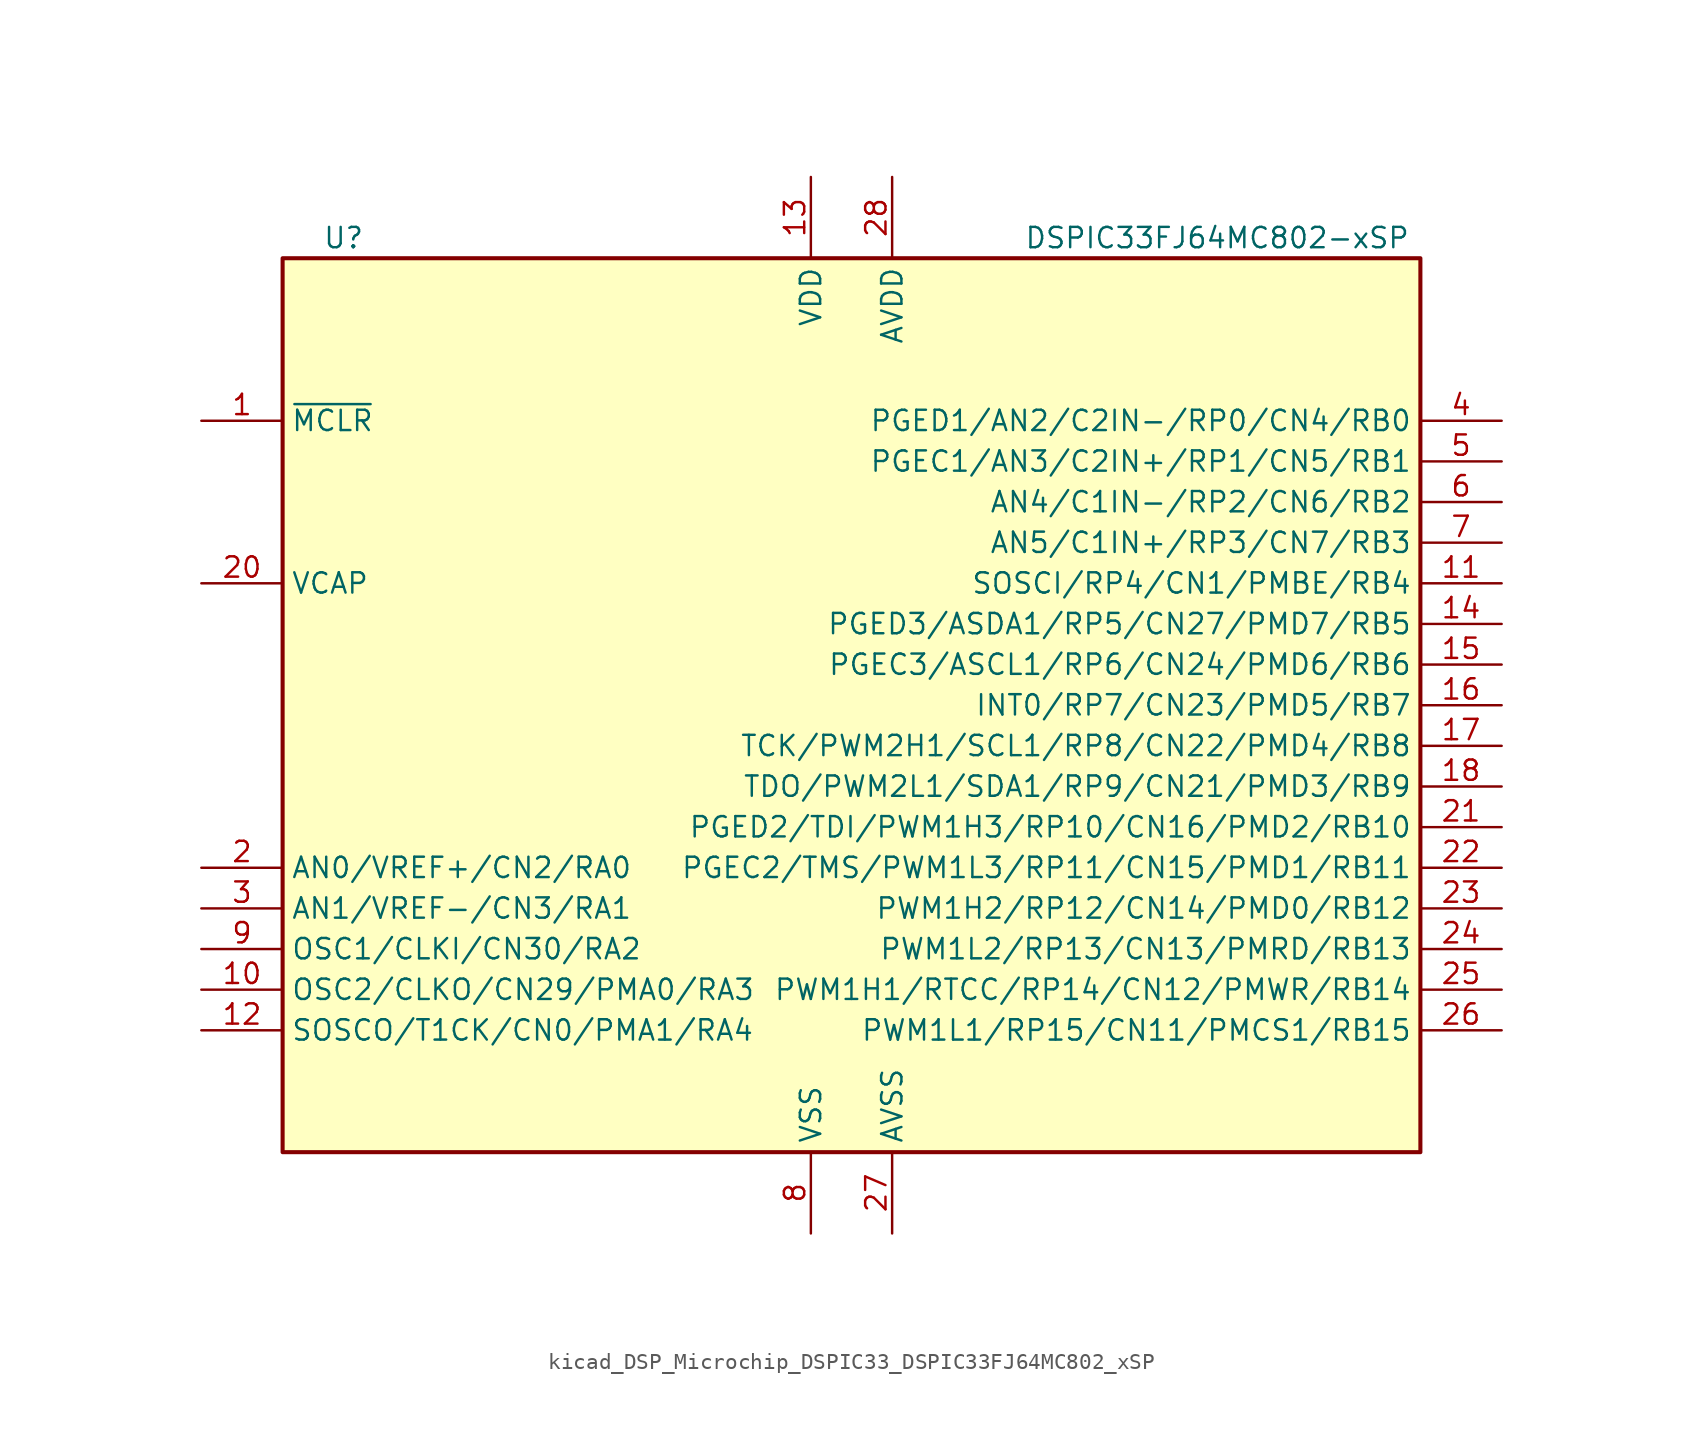
<source format=kicad_sym>
(kicad_symbol_lib
  (version 20220914)
  (generator kicad_symbol_editor)
  (symbol "kicad_DSP_Microchip_DSPIC33_DSPIC33FJ64MC802_xSP"
    (property "Reference" "U"
      (at -31.75 29.21 0)
      (effects (font (size 1.27 1.27))))
    (property "Value" "DSPIC33FJ64MC802-xSP"
      (at 22.86 29.21 0)
      (effects (font (size 1.27 1.27))))
    (symbol "kicad_DSP_Microchip_DSPIC33_DSPIC33FJ64MC802_xSP_0_1"
      (rectangle (start -35.56 27.94) (end 35.56 -27.94) (stroke (width 0.254) (type default)) (fill (type background))))
    (symbol "kicad_DSP_Microchip_DSPIC33_DSPIC33FJ64MC802_xSP_1_1"
      (pin input line (at -40.64 17.78 0) (length 5.08) (name "~{MCLR}" (effects (font (size 1.27 1.27)))) (number "1" (effects (font (size 1.27 1.27)))))
      (pin bidirectional line (at -40.64 -17.78 0) (length 5.08) (name "OSC2/CLKO/CN29/PMA0/RA3" (effects (font (size 1.27 1.27)))) (number "10" (effects (font (size 1.27 1.27)))))
      (pin bidirectional line (at 40.64 7.62 180) (length 5.08) (name "SOSCI/RP4/CN1/PMBE/RB4" (effects (font (size 1.27 1.27)))) (number "11" (effects (font (size 1.27 1.27)))))
      (pin bidirectional line (at -40.64 -20.32 0) (length 5.08) (name "SOSCO/T1CK/CN0/PMA1/RA4" (effects (font (size 1.27 1.27)))) (number "12" (effects (font (size 1.27 1.27)))))
      (pin power_in line (at -2.54 33.02 270) (length 5.08) (name "VDD" (effects (font (size 1.27 1.27)))) (number "13" (effects (font (size 1.27 1.27)))))
      (pin bidirectional line (at 40.64 5.08 180) (length 5.08) (name "PGED3/ASDA1/RP5/CN27/PMD7/RB5" (effects (font (size 1.27 1.27)))) (number "14" (effects (font (size 1.27 1.27)))))
      (pin bidirectional line (at 40.64 2.54 180) (length 5.08) (name "PGEC3/ASCL1/RP6/CN24/PMD6/RB6" (effects (font (size 1.27 1.27)))) (number "15" (effects (font (size 1.27 1.27)))))
      (pin bidirectional line (at 40.64 0 180) (length 5.08) (name "INT0/RP7/CN23/PMD5/RB7" (effects (font (size 1.27 1.27)))) (number "16" (effects (font (size 1.27 1.27)))))
      (pin bidirectional line (at 40.64 -2.54 180) (length 5.08) (name "TCK/PWM2H1/SCL1/RP8/CN22/PMD4/RB8" (effects (font (size 1.27 1.27)))) (number "17" (effects (font (size 1.27 1.27)))))
      (pin bidirectional line (at 40.64 -5.08 180) (length 5.08) (name "TDO/PWM2L1/SDA1/RP9/CN21/PMD3/RB9" (effects (font (size 1.27 1.27)))) (number "18" (effects (font (size 1.27 1.27)))))
      (pin passive line (at -2.54 -33.02 90) (length 5.08) hide (name "VSS" (effects (font (size 1.27 1.27)))) (number "19" (effects (font (size 1.27 1.27)))))
      (pin bidirectional line (at -40.64 -10.16 0) (length 5.08) (name "AN0/VREF+/CN2/RA0" (effects (font (size 1.27 1.27)))) (number "2" (effects (font (size 1.27 1.27)))))
      (pin passive line (at -40.64 7.62 0) (length 5.08) (name "VCAP" (effects (font (size 1.27 1.27)))) (number "20" (effects (font (size 1.27 1.27)))))
      (pin bidirectional line (at 40.64 -7.62 180) (length 5.08) (name "PGED2/TDI/PWM1H3/RP10/CN16/PMD2/RB10" (effects (font (size 1.27 1.27)))) (number "21" (effects (font (size 1.27 1.27)))))
      (pin bidirectional line (at 40.64 -10.16 180) (length 5.08) (name "PGEC2/TMS/PWM1L3/RP11/CN15/PMD1/RB11" (effects (font (size 1.27 1.27)))) (number "22" (effects (font (size 1.27 1.27)))))
      (pin bidirectional line (at 40.64 -12.7 180) (length 5.08) (name "PWM1H2/RP12/CN14/PMD0/RB12" (effects (font (size 1.27 1.27)))) (number "23" (effects (font (size 1.27 1.27)))))
      (pin bidirectional line (at 40.64 -15.24 180) (length 5.08) (name "PWM1L2/RP13/CN13/PMRD/RB13" (effects (font (size 1.27 1.27)))) (number "24" (effects (font (size 1.27 1.27)))))
      (pin bidirectional line (at 40.64 -17.78 180) (length 5.08) (name "PWM1H1/RTCC/RP14/CN12/PMWR/RB14" (effects (font (size 1.27 1.27)))) (number "25" (effects (font (size 1.27 1.27)))))
      (pin bidirectional line (at 40.64 -20.32 180) (length 5.08) (name "PWM1L1/RP15/CN11/PMCS1/RB15" (effects (font (size 1.27 1.27)))) (number "26" (effects (font (size 1.27 1.27)))))
      (pin power_in line (at 2.54 -33.02 90) (length 5.08) (name "AVSS" (effects (font (size 1.27 1.27)))) (number "27" (effects (font (size 1.27 1.27)))))
      (pin power_in line (at 2.54 33.02 270) (length 5.08) (name "AVDD" (effects (font (size 1.27 1.27)))) (number "28" (effects (font (size 1.27 1.27)))))
      (pin bidirectional line (at -40.64 -12.7 0) (length 5.08) (name "AN1/VREF-/CN3/RA1" (effects (font (size 1.27 1.27)))) (number "3" (effects (font (size 1.27 1.27)))))
      (pin bidirectional line (at 40.64 17.78 180) (length 5.08) (name "PGED1/AN2/C2IN-/RP0/CN4/RB0" (effects (font (size 1.27 1.27)))) (number "4" (effects (font (size 1.27 1.27)))))
      (pin bidirectional line (at 40.64 15.24 180) (length 5.08) (name "PGEC1/AN3/C2IN+/RP1/CN5/RB1" (effects (font (size 1.27 1.27)))) (number "5" (effects (font (size 1.27 1.27)))))
      (pin bidirectional line (at 40.64 12.7 180) (length 5.08) (name "AN4/C1IN-/RP2/CN6/RB2" (effects (font (size 1.27 1.27)))) (number "6" (effects (font (size 1.27 1.27)))))
      (pin bidirectional line (at 40.64 10.16 180) (length 5.08) (name "AN5/C1IN+/RP3/CN7/RB3" (effects (font (size 1.27 1.27)))) (number "7" (effects (font (size 1.27 1.27)))))
      (pin power_in line (at -2.54 -33.02 90) (length 5.08) (name "VSS" (effects (font (size 1.27 1.27)))) (number "8" (effects (font (size 1.27 1.27)))))
      (pin bidirectional line (at -40.64 -15.24 0) (length 5.08) (name "OSC1/CLKI/CN30/RA2" (effects (font (size 1.27 1.27)))) (number "9" (effects (font (size 1.27 1.27))))))))
</source>
